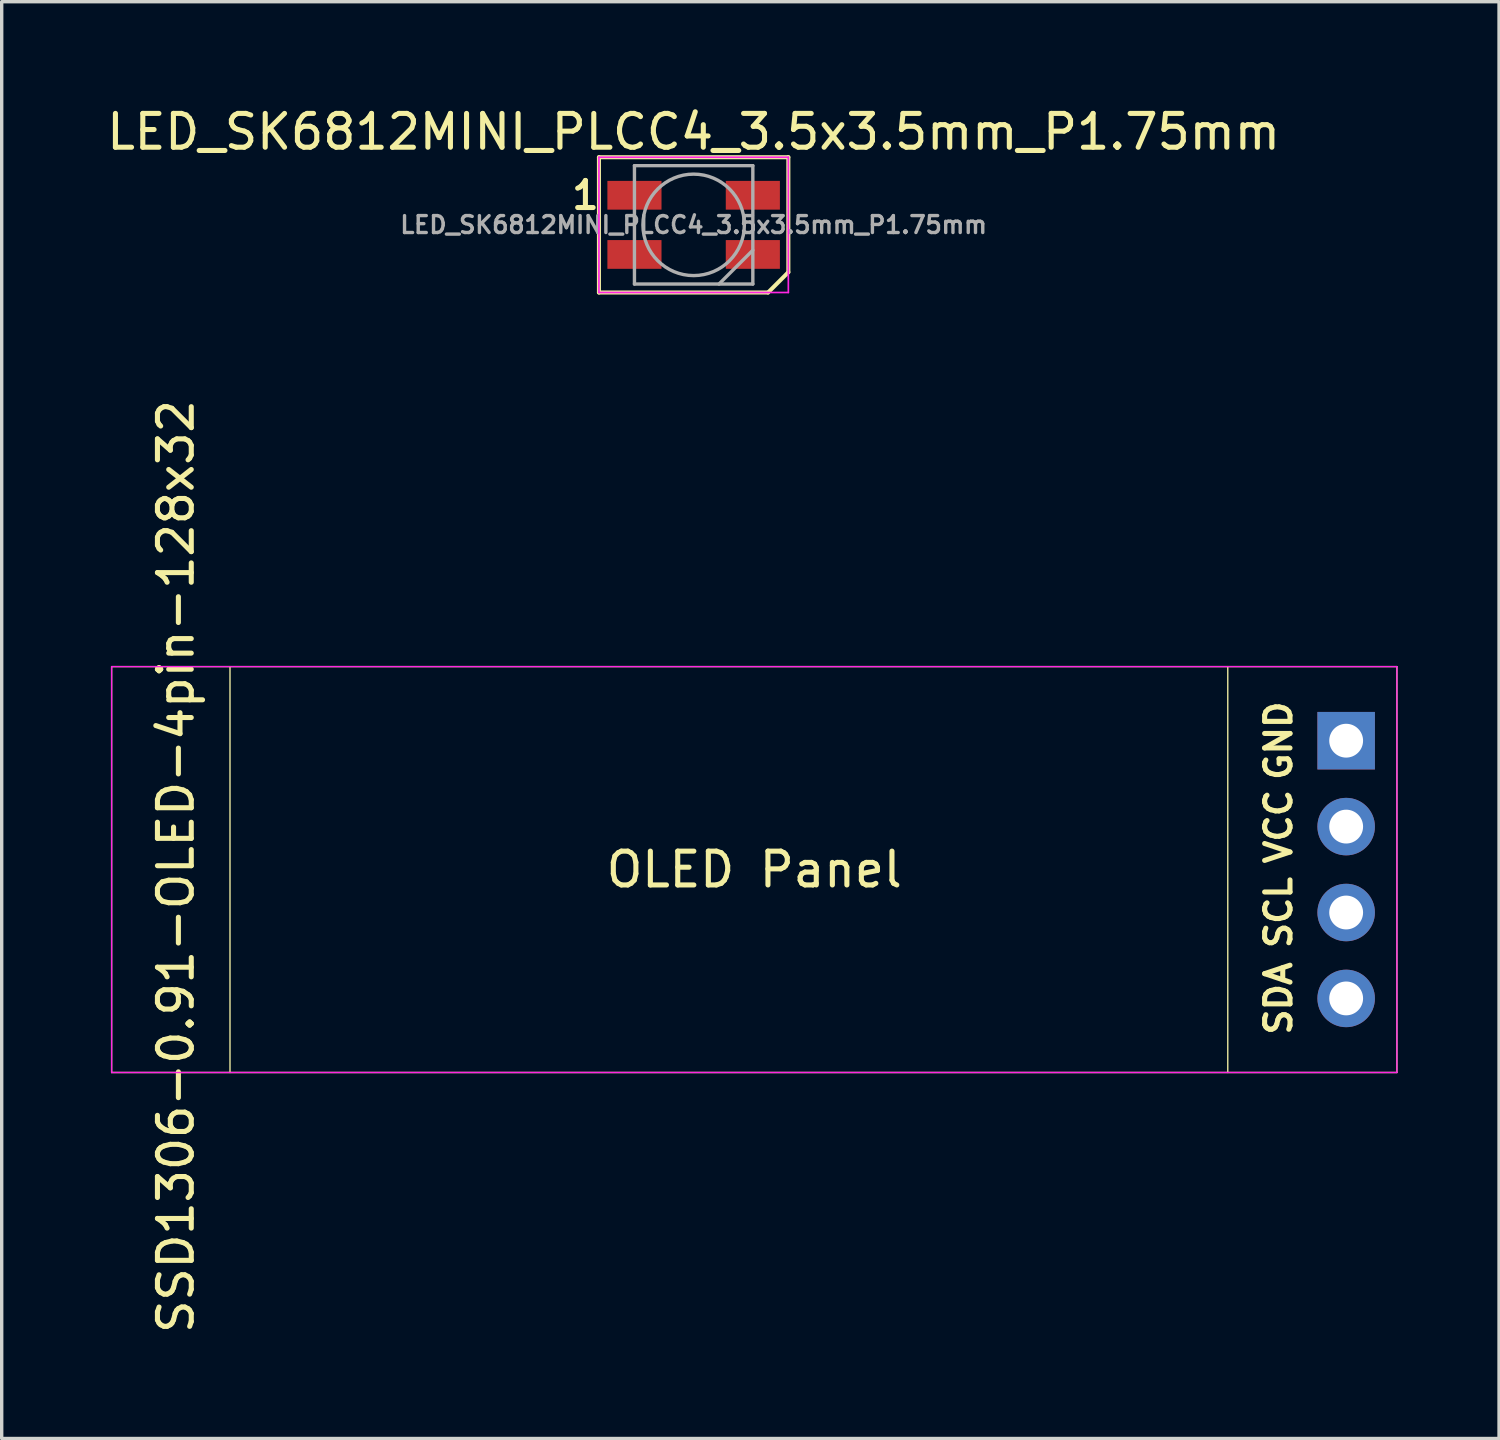
<source format=kicad_pcb>
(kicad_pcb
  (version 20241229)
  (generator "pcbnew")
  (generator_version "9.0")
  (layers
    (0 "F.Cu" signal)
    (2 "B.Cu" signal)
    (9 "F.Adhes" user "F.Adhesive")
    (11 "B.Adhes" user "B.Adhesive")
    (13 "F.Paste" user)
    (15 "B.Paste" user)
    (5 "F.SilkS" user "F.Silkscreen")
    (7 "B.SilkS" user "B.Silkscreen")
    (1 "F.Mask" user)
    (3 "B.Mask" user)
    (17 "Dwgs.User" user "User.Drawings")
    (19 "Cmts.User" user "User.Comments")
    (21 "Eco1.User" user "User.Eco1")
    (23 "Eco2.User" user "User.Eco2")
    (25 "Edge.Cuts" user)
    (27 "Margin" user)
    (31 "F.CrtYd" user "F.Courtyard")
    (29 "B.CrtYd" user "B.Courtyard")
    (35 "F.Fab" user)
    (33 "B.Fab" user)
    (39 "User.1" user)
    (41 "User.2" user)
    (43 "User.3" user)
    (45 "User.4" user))
  (footprint "SSD1306-0.91-OLED-4pin-128x32"
    (layer "F.Cu")
    (at 0.25 16.659)
    (property "Reference" "SSD1306-0.91-OLED-4pin-128x32" (at 1.9 5.91 90) (layer "F.SilkS") (effects (font (size 1 1) (thickness 0.15))))
    (attr through_hole)
    (fp_line (start 0 0) (end 0 12) (stroke (width 0.04) (type solid)) (layer "F.SilkS"))
    (fp_line (start 0 12) (end 38 12) (stroke (width 0.04) (type solid)) (layer "F.SilkS"))
    (fp_line (start 3.5 0) (end 3.5 12) (stroke (width 0.04) (type solid)) (layer "F.SilkS"))
    (fp_line (start 33 0) (end 33 12) (stroke (width 0.04) (type solid)) (layer "F.SilkS"))
    (fp_line (start 38 0) (end 0 0) (stroke (width 0.04) (type solid)) (layer "F.SilkS"))
    (fp_line (start 38 12) (end 38 0) (stroke (width 0.04) (type solid)) (layer "F.SilkS"))
    (fp_line (start 0 0) (end 0 12) (stroke (width 0.04) (type solid)) (layer "F.CrtYd"))
    (fp_line (start 0 12) (end 38 12) (stroke (width 0.04) (type solid)) (layer "F.CrtYd"))
    (fp_line (start 38 0) (end 0 0) (stroke (width 0.04) (type solid)) (layer "F.CrtYd"))
    (fp_line (start 38 12) (end 38 0) (stroke (width 0.04) (type solid)) (layer "F.CrtYd"))
    (fp_text user "VCC" (at 34.5 4.73 270) (layer "F.SilkS") (effects (font (size 0.75 0.75) (thickness 0.15))))
    (fp_text user "OLED Panel" (at 19 6 0) (layer "F.SilkS") (effects (font (size 1 1) (thickness 0.15))))
    (fp_text user "SDA" (at 34.5 9.81 270) (layer "F.SilkS") (effects (font (size 0.75 0.75) (thickness 0.15))))
    (fp_text user "SCL" (at 34.5 7.27 270) (layer "F.SilkS") (effects (font (size 0.75 0.75) (thickness 0.15))))
    (fp_text user "GND" (at 34.5 2.19 270) (layer "F.SilkS") (effects (font (size 0.75 0.75) (thickness 0.15))))
    (pad "1" thru_hole rect (at 36.5 2.19) (size 1.7 1.7) (drill 1) (layers "*.Cu" "*.Mask"))
    (pad "2" thru_hole oval (at 36.5 4.73) (size 1.7 1.7) (drill 1) (layers "*.Cu" "*.Mask"))
    (pad "3" thru_hole oval (at 36.5 7.27) (size 1.7 1.7) (drill 1) (layers "*.Cu" "*.Mask"))
    (pad "4" thru_hole oval (at 36.5 9.81) (size 1.7 1.7) (drill 1) (layers "*.Cu" "*.Mask")))
  (footprint "LED_SK6812MINI_PLCC4_3.5x3.5mm_P1.75mm"
    (layer "F.Cu")
    (at 17.458 3.598)
    (property "Reference" "LED_SK6812MINI_PLCC4_3.5x3.5mm_P1.75mm" (at 0 -2.75 0) (layer "F.SilkS") (effects (font (size 1 1) (thickness 0.15))))
    (attr smd)
    (fp_line (start -2.8 -2) (end -2.8 2) (stroke (width 0.12) (type default)) (layer "F.SilkS"))
    (fp_line (start -2.8 -2) (end 2.8 -2) (stroke (width 0.12) (type solid)) (layer "F.SilkS"))
    (fp_line (start -2.8 2) (end 2.2 2) (stroke (width 0.12) (type solid)) (layer "F.SilkS"))
    (fp_line (start 2.8 1.4) (end 2.2 2) (stroke (width 0.12) (type default)) (layer "F.SilkS"))
    (fp_line (start 2.8 1.4) (end 2.8 -2) (stroke (width 0.12) (type solid)) (layer "F.SilkS"))
    (fp_line (start -2.8 -2) (end -2.8 2) (stroke (width 0.05) (type solid)) (layer "F.CrtYd"))
    (fp_line (start -2.8 2) (end 2.8 2) (stroke (width 0.05) (type solid)) (layer "F.CrtYd"))
    (fp_line (start 2.8 -2) (end -2.8 -2) (stroke (width 0.05) (type solid)) (layer "F.CrtYd"))
    (fp_line (start 2.8 2) (end 2.8 -2) (stroke (width 0.05) (type solid)) (layer "F.CrtYd"))
    (fp_line (start -1.75 -1.75) (end -1.75 1.75) (stroke (width 0.1) (type solid)) (layer "F.Fab"))
    (fp_line (start -1.75 1.75) (end 1.75 1.75) (stroke (width 0.1) (type solid)) (layer "F.Fab"))
    (fp_line (start 1.75 -1.75) (end -1.75 -1.75) (stroke (width 0.1) (type solid)) (layer "F.Fab"))
    (fp_line (start 1.75 0.75) (end 0.75 1.75) (stroke (width 0.1) (type solid)) (layer "F.Fab"))
    (fp_line (start 1.75 1.75) (end 1.75 -1.75) (stroke (width 0.1) (type solid)) (layer "F.Fab"))
    (fp_circle (center 0 0) (end 0 -1.5) (stroke (width 0.1) (type solid)) (fill no) (layer "F.Fab"))
    (fp_text user "1" (at -3.2 -0.875 0) (unlocked yes) (layer "F.SilkS") (effects (font (size 0.8 0.8) (thickness 0.15))))
    (fp_text user "${REFERENCE}" (at 0 0 0) (layer "F.Fab") (effects (font (size 0.5 0.5) (thickness 0.1))))
    (pad "1" smd rect (at -1.75 -0.875) (size 1.6 0.85) (layers "F.Cu" "F.Mask" "F.Paste"))
    (pad "2" smd rect (at -1.75 0.875) (size 1.6 0.85) (layers "F.Cu" "F.Mask" "F.Paste"))
    (pad "3" smd rect (at 1.75 0.875) (size 1.6 0.85) (layers "F.Cu" "F.Mask" "F.Paste"))
    (pad "4" smd rect (at 1.75 -0.875) (size 1.6 0.85) (layers "F.Cu" "F.Mask" "F.Paste")))
  (gr_rect
    (start -3 -3)
    (end 41.27 39.48)
    (stroke (width 0.1) (type default))
    (fill no)
    (layer "Edge.Cuts")))
</source>
